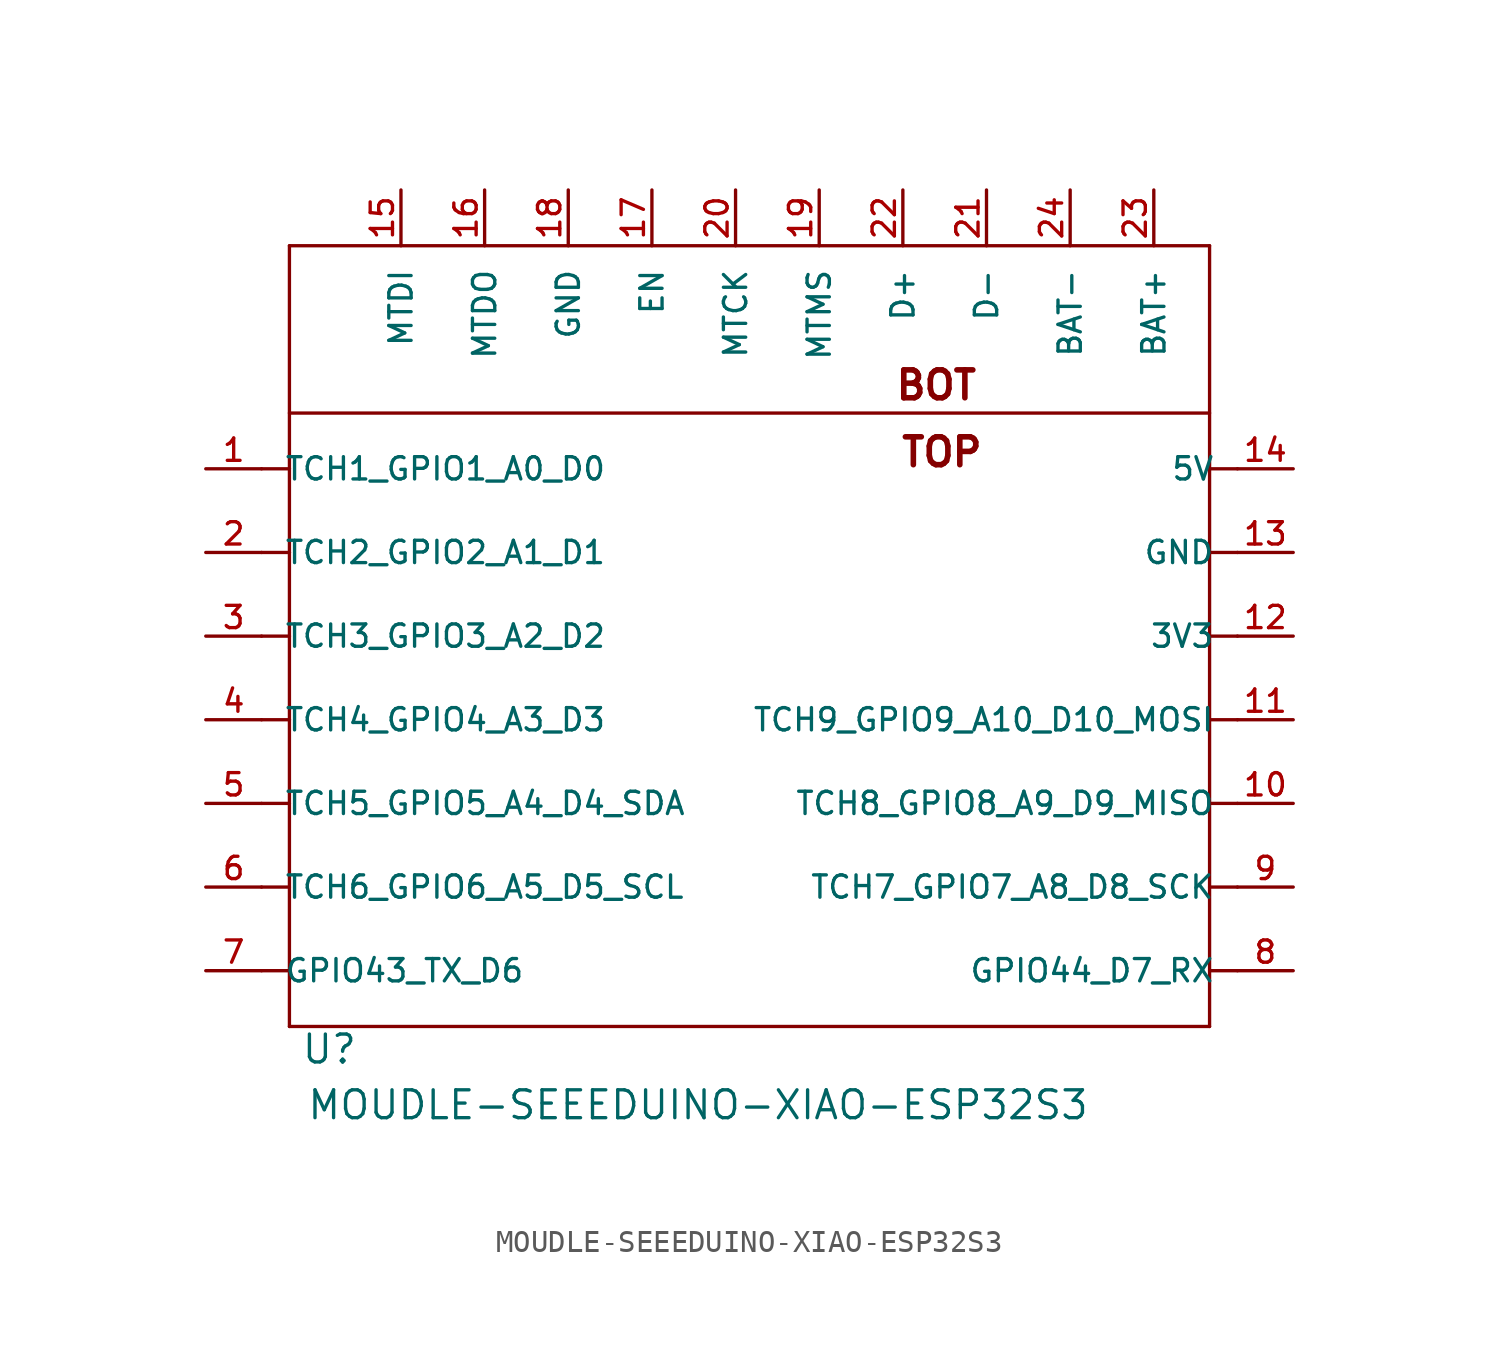
<source format=kicad_sym>
(kicad_symbol_lib
  (version 20241209)
  (generator "kicad_symbol_editor")
  (generator_version "9.0")
  (symbol "MOUDLE-SEEEDUINO-XIAO-ESP32S3"
    (pin_names
      (offset 1.016))
    (property "Reference" "U"
      (at -21.082 -15.748 0)
      (effects (font (size 1.27 1.27)) (justify left bottom)))
    (property "Value" "MOUDLE-SEEEDUINO-XIAO-ESP32S3"
      (at -20.828 -18.288 0)
      (effects (font (size 1.27 1.27)) (justify left bottom)))
    (symbol "MOUDLE-SEEEDUINO-XIAO-ESP32S3_0_0"
      (polyline (pts (xy -21.59 21.59) (xy 20.32 21.59)) (stroke (width 0.152) (type default)) (fill (type none)))
      (polyline (pts (xy -21.59 13.97) (xy 20.32 13.97)) (stroke (width 0.152) (type default)) (fill (type none)))
      (polyline (pts (xy -21.59 11.43) (xy -22.86 11.43)) (stroke (width 0.152) (type default)) (fill (type none)))
      (polyline (pts (xy -21.59 11.43) (xy -21.59 21.59)) (stroke (width 0.152) (type default)) (fill (type none)))
      (polyline (pts (xy -21.59 7.62) (xy -22.86 7.62)) (stroke (width 0.152) (type default)) (fill (type none)))
      (polyline (pts (xy -21.59 7.62) (xy -21.59 11.43)) (stroke (width 0.152) (type default)) (fill (type none)))
      (polyline (pts (xy -21.59 3.81) (xy -22.86 3.81)) (stroke (width 0.152) (type default)) (fill (type none)))
      (polyline (pts (xy -21.59 3.81) (xy -21.59 7.62)) (stroke (width 0.152) (type default)) (fill (type none)))
      (polyline (pts (xy -21.59 0) (xy -22.86 0)) (stroke (width 0.152) (type default)) (fill (type none)))
      (polyline (pts (xy -21.59 0) (xy -21.59 3.81)) (stroke (width 0.152) (type default)) (fill (type none)))
      (polyline (pts (xy -21.59 -3.81) (xy -22.86 -3.81)) (stroke (width 0.152) (type default)) (fill (type none)))
      (polyline (pts (xy -21.59 -7.62) (xy -22.86 -7.62)) (stroke (width 0.152) (type default)) (fill (type none)))
      (polyline (pts (xy -21.59 -11.43) (xy -22.86 -11.43)) (stroke (width 0.152) (type default)) (fill (type none)))
      (polyline (pts (xy -21.59 -13.97) (xy -21.59 0)) (stroke (width 0.152) (type default)) (fill (type none)))
      (polyline (pts (xy 20.32 21.59) (xy 20.32 11.43)) (stroke (width 0.152) (type default)) (fill (type none)))
      (polyline (pts (xy 20.32 11.43) (xy 20.32 7.62)) (stroke (width 0.152) (type default)) (fill (type none)))
      (polyline (pts (xy 20.32 7.62) (xy 20.32 3.81)) (stroke (width 0.152) (type default)) (fill (type none)))
      (polyline (pts (xy 20.32 3.81) (xy 20.32 -13.97)) (stroke (width 0.152) (type default)) (fill (type none)))
      (polyline (pts (xy 20.32 -13.97) (xy -21.59 -13.97)) (stroke (width 0.152) (type default)) (fill (type none)))
      (polyline (pts (xy 21.59 11.43) (xy 20.32 11.43)) (stroke (width 0.152) (type default)) (fill (type none)))
      (polyline (pts (xy 21.59 7.62) (xy 20.32 7.62)) (stroke (width 0.152) (type default)) (fill (type none)))
      (polyline (pts (xy 21.59 3.81) (xy 20.32 3.81)) (stroke (width 0.152) (type default)) (fill (type none)))
      (polyline (pts (xy 21.59 0) (xy 20.32 0)) (stroke (width 0.152) (type default)) (fill (type none)))
      (polyline (pts (xy 21.59 -3.81) (xy 20.32 -3.81)) (stroke (width 0.152) (type default)) (fill (type none)))
      (polyline (pts (xy 21.59 -7.62) (xy 20.32 -7.62)) (stroke (width 0.152) (type default)) (fill (type none)))
      (polyline (pts (xy 21.59 -11.43) (xy 20.32 -11.43)) (stroke (width 0.152) (type default)) (fill (type none)))
      (pin bidirectional line (at 24.13 11.43 180) (length 2.54) (name "5V" (effects (font (size 1.016 1.016)))) (number "14" (effects (font (size 1.016 1.016)))))
      (pin bidirectional line (at 24.13 7.62 180) (length 2.54) (name "GND" (effects (font (size 1.016 1.016)))) (number "13" (effects (font (size 1.016 1.016)))))
      (pin bidirectional line (at 24.13 3.81 180) (length 2.54) (name "3V3" (effects (font (size 1.016 1.016)))) (number "12" (effects (font (size 1.016 1.016))))))
    (symbol "MOUDLE-SEEEDUINO-XIAO-ESP32S3_1_0"
      (pin bidirectional line (at -25.4 11.43 0) (length 2.54) (name "TCH1_GPIO1_A0_D0" (effects (font (size 1.016 1.016)))) (number "1" (effects (font (size 1.016 1.016)))))
      (pin bidirectional line (at -25.4 7.62 0) (length 2.54) (name "TCH2_GPIO2_A1_D1" (effects (font (size 1.016 1.016)))) (number "2" (effects (font (size 1.016 1.016)))))
      (pin bidirectional line (at -25.4 3.81 0) (length 2.54) (name "TCH3_GPIO3_A2_D2" (effects (font (size 1.016 1.016)))) (number "3" (effects (font (size 1.016 1.016)))))
      (pin bidirectional line (at -25.4 0 0) (length 2.54) (name "TCH4_GPIO4_A3_D3" (effects (font (size 1.016 1.016)))) (number "4" (effects (font (size 1.016 1.016)))))
      (pin bidirectional line (at -25.4 -3.81 0) (length 2.54) (name "TCH5_GPIO5_A4_D4_SDA" (effects (font (size 1.016 1.016)))) (number "5" (effects (font (size 1.016 1.016)))))
      (pin bidirectional line (at -25.4 -7.62 0) (length 2.54) (name "TCH6_GPIO6_A5_D5_SCL" (effects (font (size 1.016 1.016)))) (number "6" (effects (font (size 1.016 1.016)))))
      (pin bidirectional line (at -25.4 -11.43 0) (length 2.54) (name "GPIO43_TX_D6" (effects (font (size 1.016 1.016)))) (number "7" (effects (font (size 1.016 1.016)))))
      (pin bidirectional line (at -16.51 24.13 270) (length 2.54) (name "MTDI" (effects (font (size 1.016 1.016)))) (number "15" (effects (font (size 1.016 1.016)))))
      (pin bidirectional line (at -12.7 24.13 270) (length 2.54) (name "MTDO" (effects (font (size 1.016 1.016)))) (number "16" (effects (font (size 1.016 1.016)))))
      (pin bidirectional line (at -8.89 24.13 270) (length 2.54) (name "GND" (effects (font (size 1.016 1.016)))) (number "18" (effects (font (size 1.016 1.016)))))
      (pin bidirectional line (at -5.08 24.13 270) (length 2.54) (name "EN" (effects (font (size 1.016 1.016)))) (number "17" (effects (font (size 1.016 1.016)))))
      (pin bidirectional line (at -1.27 24.13 270) (length 2.54) (name "MTCK" (effects (font (size 1.016 1.016)))) (number "20" (effects (font (size 1.016 1.016)))))
      (pin bidirectional line (at 2.54 24.13 270) (length 2.54) (name "MTMS" (effects (font (size 1.016 1.016)))) (number "19" (effects (font (size 1.016 1.016)))))
      (pin bidirectional line (at 6.35 24.13 270) (length 2.54) (name "D+" (effects (font (size 1.016 1.016)))) (number "22" (effects (font (size 1.016 1.016)))))
      (pin bidirectional line (at 10.16 24.13 270) (length 2.54) (name "D-" (effects (font (size 1.016 1.016)))) (number "21" (effects (font (size 1.016 1.016)))))
      (pin bidirectional line (at 13.97 24.13 270) (length 2.54) (name "BAT-" (effects (font (size 1.016 1.016)))) (number "24" (effects (font (size 1.016 1.016)))))
      (pin bidirectional line (at 17.78 24.13 270) (length 2.54) (name "BAT+" (effects (font (size 1.016 1.016)))) (number "23" (effects (font (size 1.016 1.016)))))
      (pin bidirectional line (at 24.13 0 180) (length 2.54) (name "TCH9_GPIO9_A10_D10_MOSI" (effects (font (size 1.016 1.016)))) (number "11" (effects (font (size 1.016 1.016)))))
      (pin bidirectional line (at 24.13 -3.81 180) (length 2.54) (name "TCH8_GPIO8_A9_D9_MISO" (effects (font (size 1.016 1.016)))) (number "10" (effects (font (size 1.016 1.016)))))
      (pin bidirectional line (at 24.13 -7.62 180) (length 2.54) (name "TCH7_GPIO7_A8_D8_SCK" (effects (font (size 1.016 1.016)))) (number "9" (effects (font (size 1.016 1.016)))))
      (pin bidirectional line (at 24.13 -11.43 180) (length 2.54) (name "GPIO44_D7_RX" (effects (font (size 1.016 1.016)))) (number "8" (effects (font (size 1.016 1.016))))))
    (symbol "MOUDLE-SEEEDUINO-XIAO-ESP32S3_1_1"
      (text "BOT\n" (at 7.874 15.24 0) (effects (font (size 1.27 1.27) (thickness 0.254) (bold yes))))
      (text "TOP" (at 8.128 12.192 0) (effects (font (size 1.27 1.27) (thickness 0.254) (bold yes)))))))
</source>
